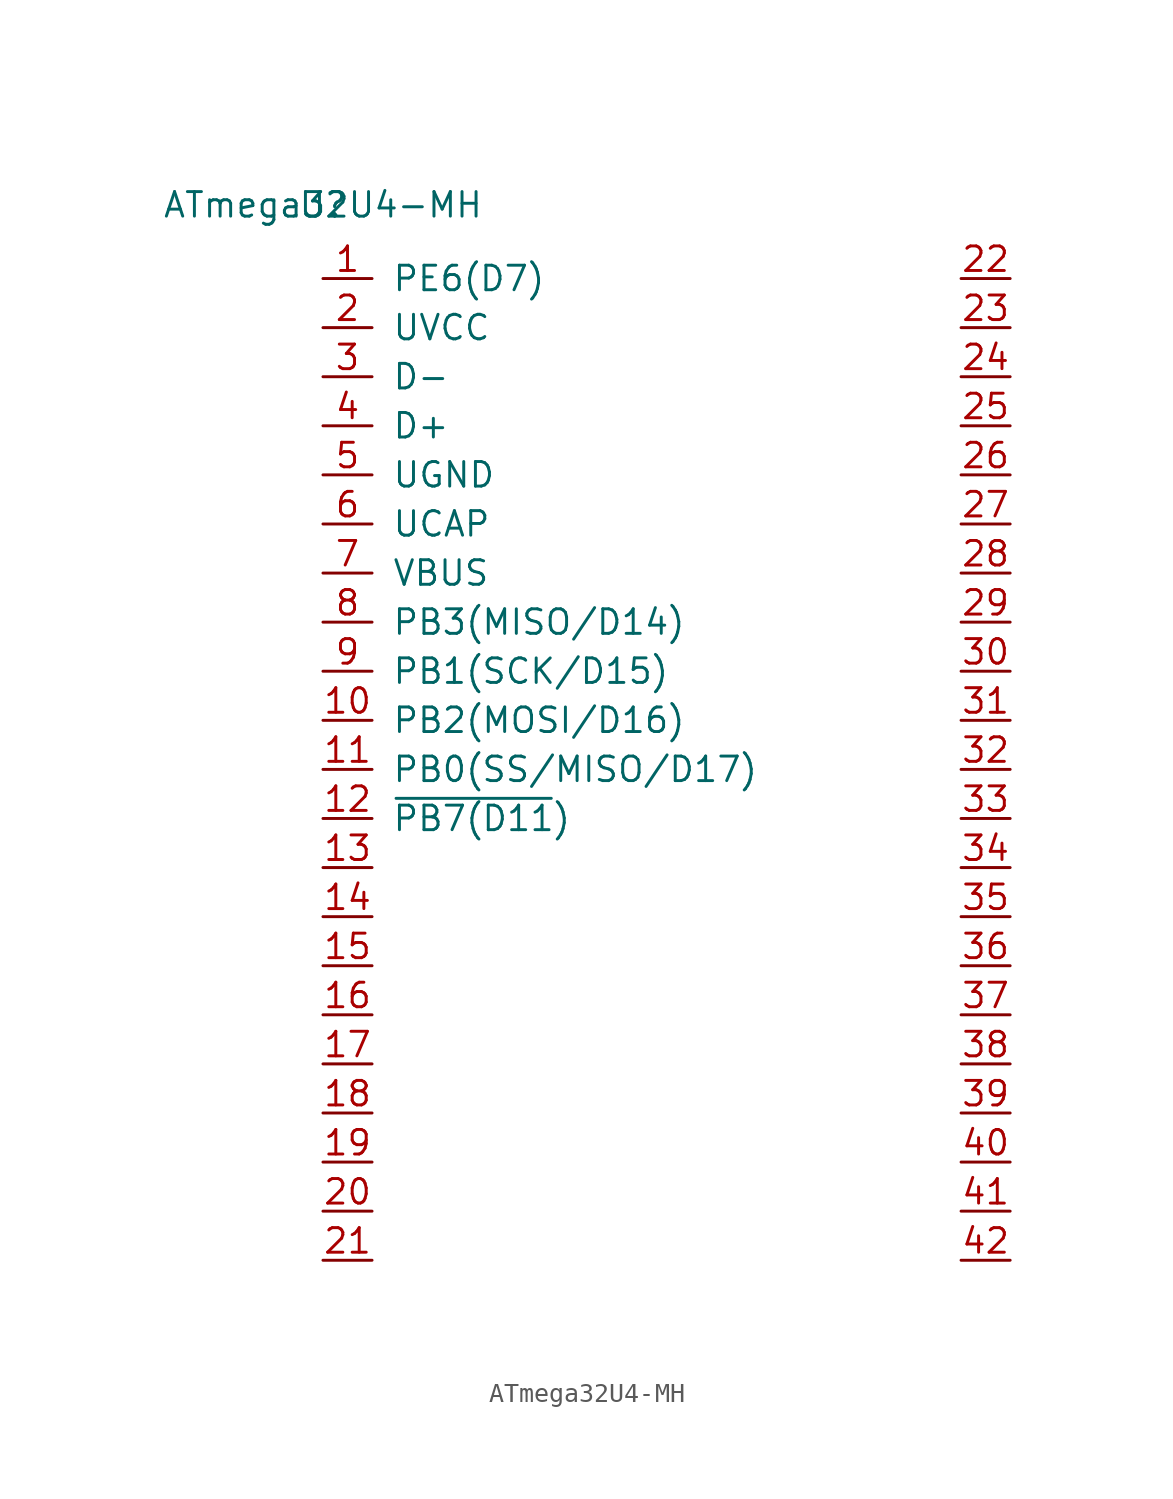
<source format=kicad_sym>
(kicad_symbol_lib
  (version 20211014)
  (generator kicad_symbol_editor)
  (symbol "ATmega32U4-MH"
    (pin_names
      (offset 1.016))
    (property "Reference" "U"
      (at 0 0 0)
      (effects (font (size 1.27 1.27))))
    (property "Value" "ATmega32U4-MH"
      (at 0 0 0)
      (effects (font (size 1.27 1.27))))
    (symbol "ATmega32U4-MH_0_0"
      (pin unspecified line (at 0 -3.81 0) (length 2.54) (name "PE6(D7)" (effects (font (size 1.27 1.27)))) (number "1" (effects (font (size 1.27 1.27)))))
      (pin unspecified line (at 0 -26.67 0) (length 2.54) (name "PB2(MOSI/D16)" (effects (font (size 1.27 1.27)))) (number "10" (effects (font (size 1.27 1.27)))))
      (pin unspecified line (at 0 -29.21 0) (length 2.54) (name "PB0(SS/MISO/D17)" (effects (font (size 1.27 1.27)))) (number "11" (effects (font (size 1.27 1.27)))))
      (pin unspecified line (at 0 -31.75 0) (length 2.54) (name "~{PB7(D11})" (effects (font (size 1.27 1.27)))) (number "12" (effects (font (size 1.27 1.27)))))
      (pin unspecified line (at 0 -34.29 0) (length 2.54) (name "~" (effects (font (size 1.27 1.27)))) (number "13" (effects (font (size 1.27 1.27)))))
      (pin unspecified line (at 0 -36.83 0) (length 2.54) (name "~" (effects (font (size 1.27 1.27)))) (number "14" (effects (font (size 1.27 1.27)))))
      (pin unspecified line (at 0 -39.37 0) (length 2.54) (name "~" (effects (font (size 1.27 1.27)))) (number "15" (effects (font (size 1.27 1.27)))))
      (pin unspecified line (at 0 -41.91 0) (length 2.54) (name "~" (effects (font (size 1.27 1.27)))) (number "16" (effects (font (size 1.27 1.27)))))
      (pin unspecified line (at 0 -44.45 0) (length 2.54) (name "~" (effects (font (size 1.27 1.27)))) (number "17" (effects (font (size 1.27 1.27)))))
      (pin unspecified line (at 0 -46.99 0) (length 2.54) (name "~" (effects (font (size 1.27 1.27)))) (number "18" (effects (font (size 1.27 1.27)))))
      (pin unspecified line (at 0 -49.53 0) (length 2.54) (name "~" (effects (font (size 1.27 1.27)))) (number "19" (effects (font (size 1.27 1.27)))))
      (pin unspecified line (at 0 -6.35 0) (length 2.54) (name "UVCC" (effects (font (size 1.27 1.27)))) (number "2" (effects (font (size 1.27 1.27)))))
      (pin unspecified line (at 0 -52.07 0) (length 2.54) (name "~" (effects (font (size 1.27 1.27)))) (number "20" (effects (font (size 1.27 1.27)))))
      (pin unspecified line (at 0 -54.61 0) (length 2.54) (name "~" (effects (font (size 1.27 1.27)))) (number "21" (effects (font (size 1.27 1.27)))))
      (pin unspecified line (at 33.02 -3.81 0) (length 2.54) (name "~" (effects (font (size 1.27 1.27)))) (number "22" (effects (font (size 1.27 1.27)))))
      (pin unspecified line (at 33.02 -6.35 0) (length 2.54) (name "~" (effects (font (size 1.27 1.27)))) (number "23" (effects (font (size 1.27 1.27)))))
      (pin unspecified line (at 33.02 -8.89 0) (length 2.54) (name "~" (effects (font (size 1.27 1.27)))) (number "24" (effects (font (size 1.27 1.27)))))
      (pin unspecified line (at 33.02 -11.43 0) (length 2.54) (name "~" (effects (font (size 1.27 1.27)))) (number "25" (effects (font (size 1.27 1.27)))))
      (pin unspecified line (at 33.02 -13.97 0) (length 2.54) (name "~" (effects (font (size 1.27 1.27)))) (number "26" (effects (font (size 1.27 1.27)))))
      (pin unspecified line (at 33.02 -16.51 0) (length 2.54) (name "~" (effects (font (size 1.27 1.27)))) (number "27" (effects (font (size 1.27 1.27)))))
      (pin unspecified line (at 33.02 -19.05 0) (length 2.54) (name "~" (effects (font (size 1.27 1.27)))) (number "28" (effects (font (size 1.27 1.27)))))
      (pin unspecified line (at 33.02 -21.59 0) (length 2.54) (name "~" (effects (font (size 1.27 1.27)))) (number "29" (effects (font (size 1.27 1.27)))))
      (pin unspecified line (at 0 -8.89 0) (length 2.54) (name "D-" (effects (font (size 1.27 1.27)))) (number "3" (effects (font (size 1.27 1.27)))))
      (pin unspecified line (at 33.02 -24.13 0) (length 2.54) (name "~" (effects (font (size 1.27 1.27)))) (number "30" (effects (font (size 1.27 1.27)))))
      (pin unspecified line (at 33.02 -26.67 0) (length 2.54) (name "~" (effects (font (size 1.27 1.27)))) (number "31" (effects (font (size 1.27 1.27)))))
      (pin unspecified line (at 33.02 -29.21 0) (length 2.54) (name "~" (effects (font (size 1.27 1.27)))) (number "32" (effects (font (size 1.27 1.27)))))
      (pin unspecified line (at 33.02 -31.75 0) (length 2.54) (name "~" (effects (font (size 1.27 1.27)))) (number "33" (effects (font (size 1.27 1.27)))))
      (pin unspecified line (at 33.02 -34.29 0) (length 2.54) (name "~" (effects (font (size 1.27 1.27)))) (number "34" (effects (font (size 1.27 1.27)))))
      (pin unspecified line (at 33.02 -36.83 0) (length 2.54) (name "~" (effects (font (size 1.27 1.27)))) (number "35" (effects (font (size 1.27 1.27)))))
      (pin unspecified line (at 33.02 -39.37 0) (length 2.54) (name "~" (effects (font (size 1.27 1.27)))) (number "36" (effects (font (size 1.27 1.27)))))
      (pin unspecified line (at 33.02 -41.91 0) (length 2.54) (name "~" (effects (font (size 1.27 1.27)))) (number "37" (effects (font (size 1.27 1.27)))))
      (pin unspecified line (at 33.02 -44.45 0) (length 2.54) (name "~" (effects (font (size 1.27 1.27)))) (number "38" (effects (font (size 1.27 1.27)))))
      (pin unspecified line (at 33.02 -46.99 0) (length 2.54) (name "~" (effects (font (size 1.27 1.27)))) (number "39" (effects (font (size 1.27 1.27)))))
      (pin unspecified line (at 0 -11.43 0) (length 2.54) (name "D+" (effects (font (size 1.27 1.27)))) (number "4" (effects (font (size 1.27 1.27)))))
      (pin unspecified line (at 33.02 -49.53 0) (length 2.54) (name "~" (effects (font (size 1.27 1.27)))) (number "40" (effects (font (size 1.27 1.27)))))
      (pin unspecified line (at 33.02 -52.07 0) (length 2.54) (name "~" (effects (font (size 1.27 1.27)))) (number "41" (effects (font (size 1.27 1.27)))))
      (pin unspecified line (at 33.02 -54.61 0) (length 2.54) (name "~" (effects (font (size 1.27 1.27)))) (number "42" (effects (font (size 1.27 1.27)))))
      (pin unspecified line (at 0 -13.97 0) (length 2.54) (name "UGND" (effects (font (size 1.27 1.27)))) (number "5" (effects (font (size 1.27 1.27)))))
      (pin unspecified line (at 0 -16.51 0) (length 2.54) (name "UCAP" (effects (font (size 1.27 1.27)))) (number "6" (effects (font (size 1.27 1.27)))))
      (pin unspecified line (at 0 -19.05 0) (length 2.54) (name "VBUS" (effects (font (size 1.27 1.27)))) (number "7" (effects (font (size 1.27 1.27)))))
      (pin unspecified line (at 0 -21.59 0) (length 2.54) (name "PB3(MISO/D14)" (effects (font (size 1.27 1.27)))) (number "8" (effects (font (size 1.27 1.27)))))
      (pin unspecified line (at 0 -24.13 0) (length 2.54) (name "PB1(SCK/D15)" (effects (font (size 1.27 1.27)))) (number "9" (effects (font (size 1.27 1.27))))))))
</source>
